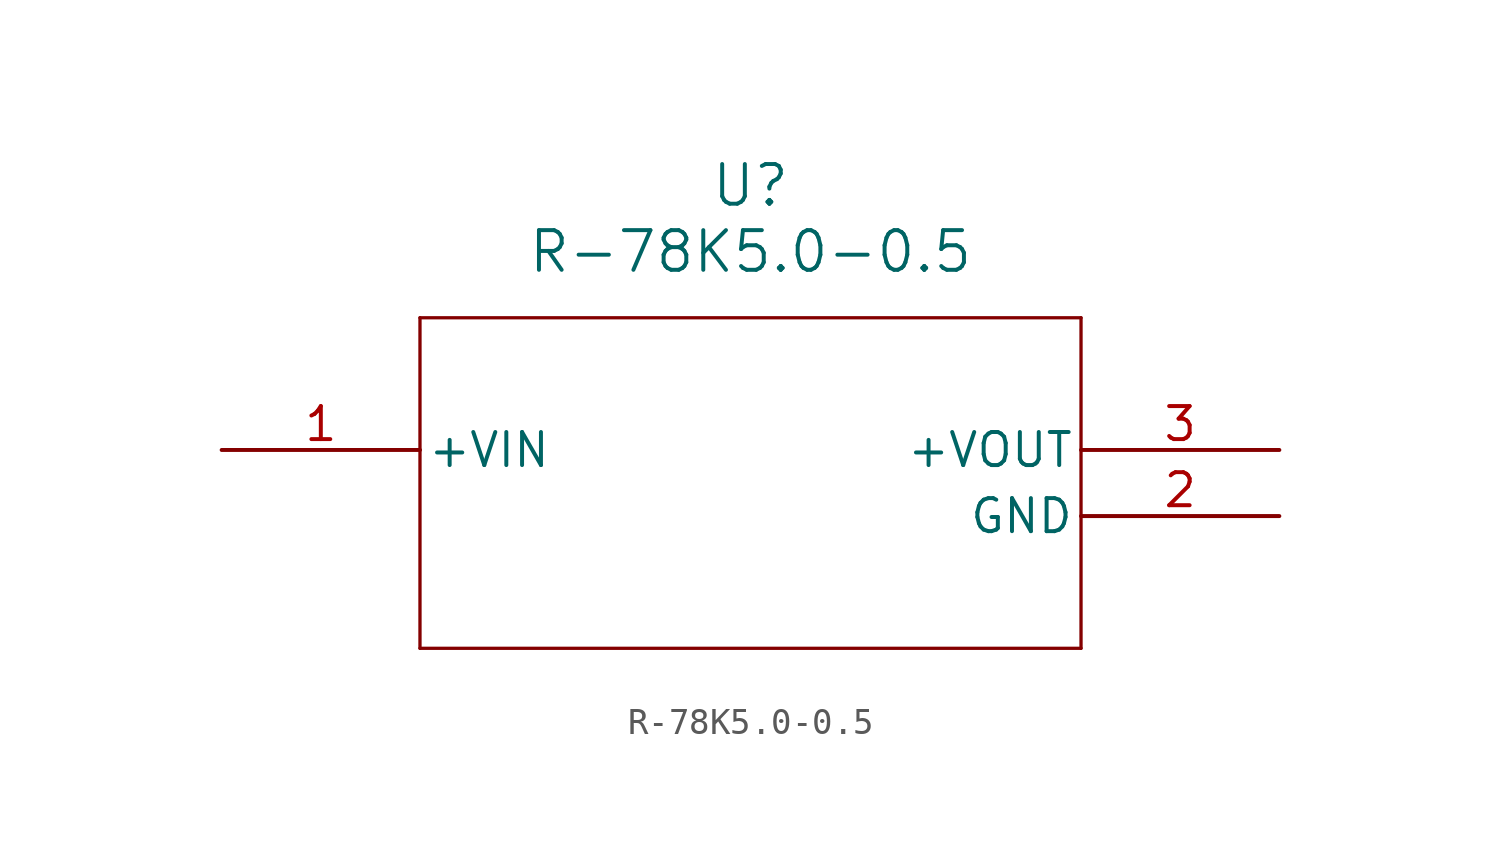
<source format=kicad_sym>
(kicad_symbol_lib
  (version 20211014)
  (generator kicad_symbol_editor)
  (symbol "R-78K5.0-0.5"
    (pin_names
      (offset 0.254))
    (property "Reference" "U"
      (at 20.32 10.16 0)
      (effects (font (size 1.524 1.524))))
    (property "Value" "R-78K5.0-0.5"
      (at 20.32 7.62 0)
      (effects (font (size 1.524 1.524))))
    (symbol "R-78K5.0-0.5_0_1"
      (polyline (pts (xy 7.62 5.08) (xy 7.62 -7.62)) (stroke (width 0.127) (type default) (color 0 0 0 0)) (fill (type none)))
      (polyline (pts (xy 7.62 -7.62) (xy 33.02 -7.62)) (stroke (width 0.127) (type default) (color 0 0 0 0)) (fill (type none)))
      (polyline (pts (xy 33.02 -7.62) (xy 33.02 5.08)) (stroke (width 0.127) (type default) (color 0 0 0 0)) (fill (type none)))
      (polyline (pts (xy 33.02 5.08) (xy 7.62 5.08)) (stroke (width 0.127) (type default) (color 0 0 0 0)) (fill (type none)))
      (pin power_in line (at 0 0 0) (length 7.62) (name "+VIN" (effects (font (size 1.27 1.27)))) (number "1" (effects (font (size 1.27 1.27)))))
      (pin power_out line (at 40.64 -2.54 180) (length 7.62) (name "GND" (effects (font (size 1.27 1.27)))) (number "2" (effects (font (size 1.27 1.27)))))
      (pin output line (at 40.64 0 180) (length 7.62) (name "+VOUT" (effects (font (size 1.27 1.27)))) (number "3" (effects (font (size 1.27 1.27))))))))
</source>
